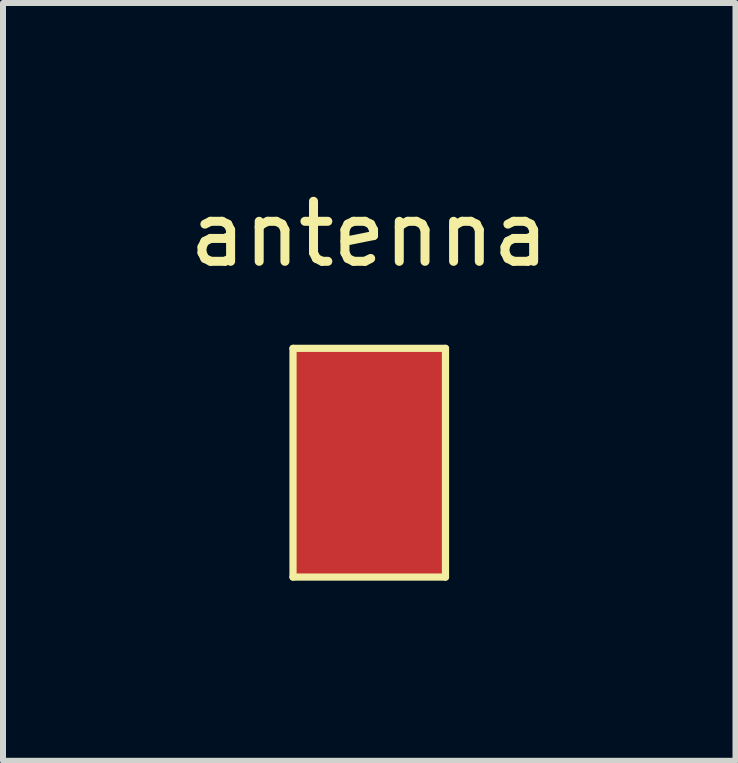
<source format=kicad_pcb>
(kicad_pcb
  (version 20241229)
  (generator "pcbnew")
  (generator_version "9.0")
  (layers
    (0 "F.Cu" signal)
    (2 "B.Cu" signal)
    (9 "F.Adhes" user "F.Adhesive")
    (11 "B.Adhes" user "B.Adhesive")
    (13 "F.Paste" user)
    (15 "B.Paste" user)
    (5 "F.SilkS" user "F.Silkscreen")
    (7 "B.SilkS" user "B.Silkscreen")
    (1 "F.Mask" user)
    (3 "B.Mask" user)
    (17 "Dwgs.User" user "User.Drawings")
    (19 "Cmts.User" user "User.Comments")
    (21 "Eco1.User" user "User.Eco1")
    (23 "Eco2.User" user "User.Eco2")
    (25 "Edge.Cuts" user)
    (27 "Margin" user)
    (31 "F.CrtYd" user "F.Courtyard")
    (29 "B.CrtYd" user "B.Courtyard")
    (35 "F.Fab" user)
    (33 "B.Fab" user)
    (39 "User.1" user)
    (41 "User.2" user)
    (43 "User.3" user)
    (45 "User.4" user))
  (footprint "antenna"
    (layer "F.Cu")
    (at 3.101 4.658)
    (property "Reference" "antenna" (at 0 -3.81 0) (layer "F.SilkS") (effects (font (size 1 1) (thickness 0.15))))
    (attr through_hole)
    (fp_line (start -1.27 -1.905) (end -1.27 1.905) (stroke (width 0.12) (type solid)) (layer "F.SilkS"))
    (fp_line (start -1.27 1.905) (end 1.27 1.905) (stroke (width 0.12) (type solid)) (layer "F.SilkS"))
    (fp_line (start 1.27 -1.905) (end -1.27 -1.905) (stroke (width 0.12) (type solid)) (layer "F.SilkS"))
    (fp_line (start 1.27 1.905) (end 1.27 -1.905) (stroke (width 0.12) (type solid)) (layer "F.SilkS"))
    (pad "1" smd rect (at 0 0) (size 2.54 3.81) (layers "F.Cu" "F.Mask" "F.Paste")))
  (gr_rect
    (start -3 -3)
    (end 9.202 9.623)
    (stroke (width 0.1) (type default))
    (fill no)
    (layer "Edge.Cuts")))
</source>
